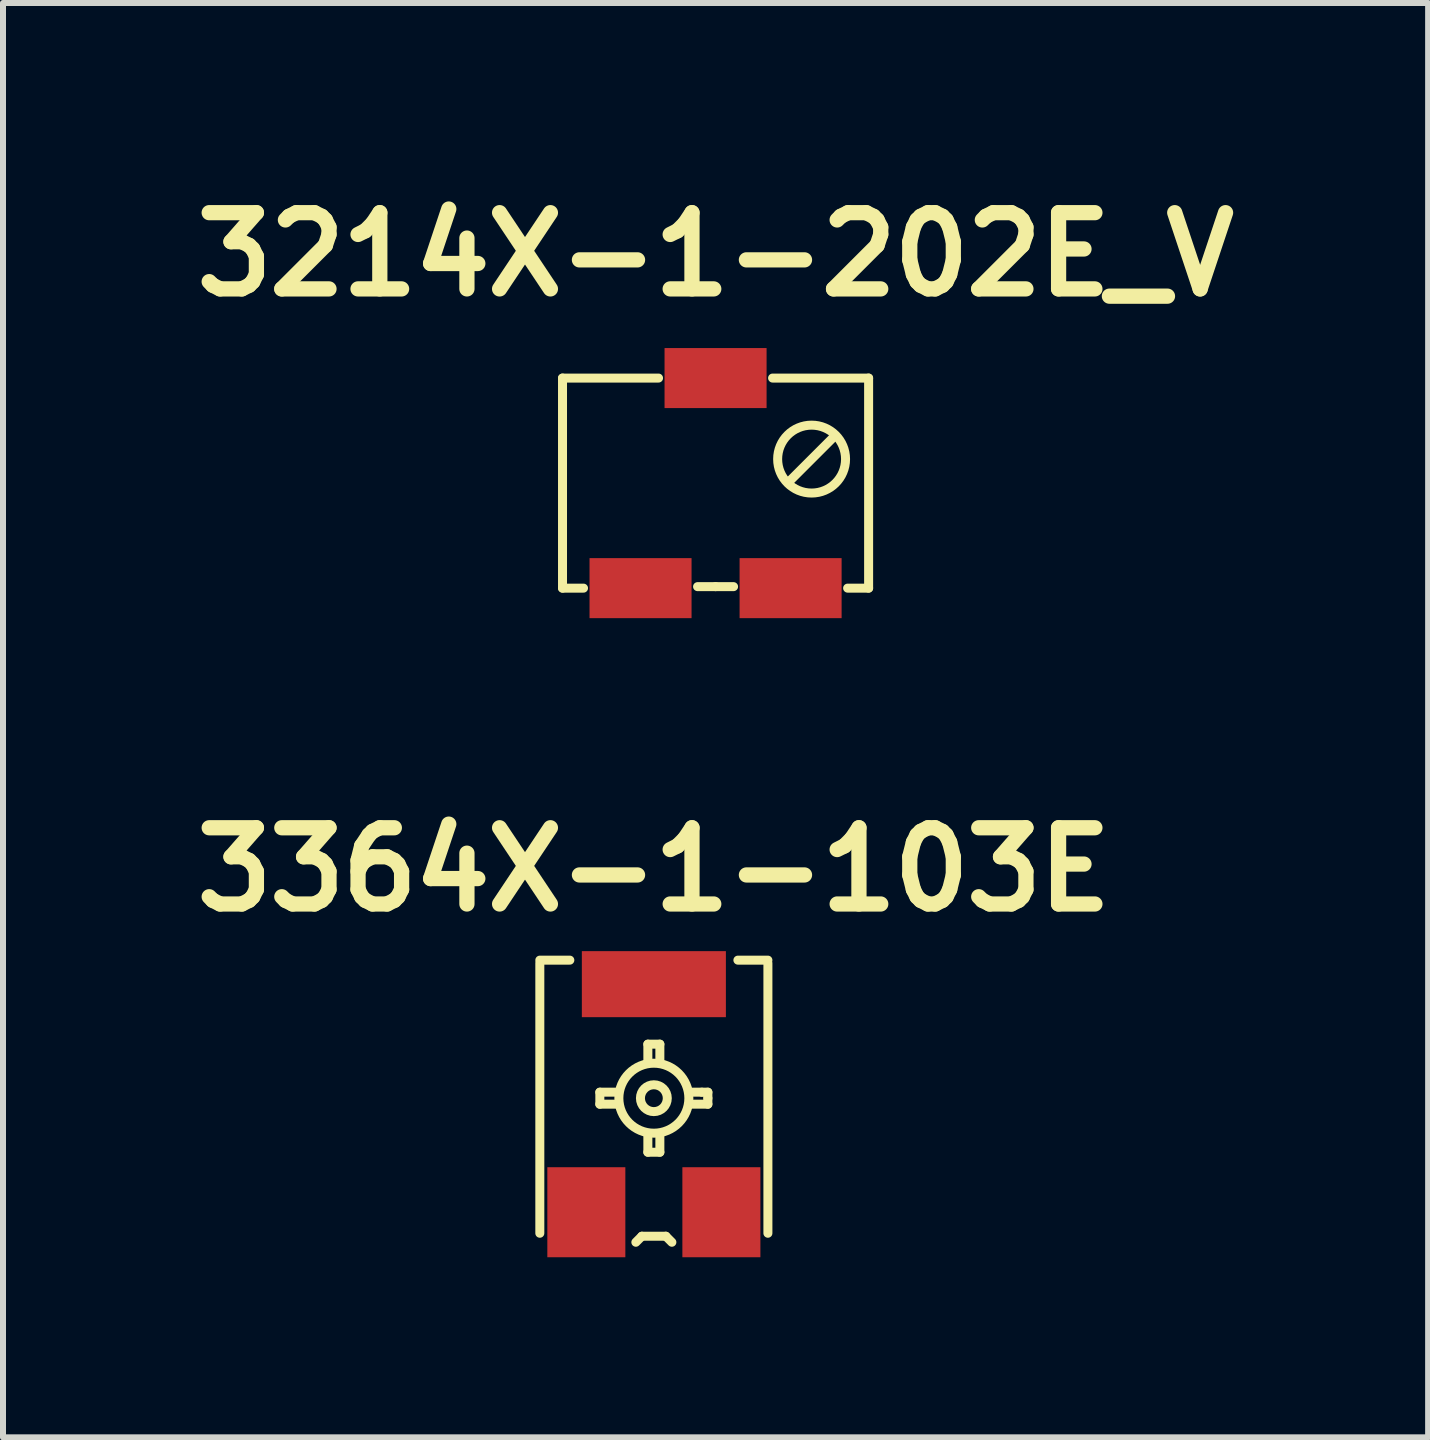
<source format=kicad_pcb>
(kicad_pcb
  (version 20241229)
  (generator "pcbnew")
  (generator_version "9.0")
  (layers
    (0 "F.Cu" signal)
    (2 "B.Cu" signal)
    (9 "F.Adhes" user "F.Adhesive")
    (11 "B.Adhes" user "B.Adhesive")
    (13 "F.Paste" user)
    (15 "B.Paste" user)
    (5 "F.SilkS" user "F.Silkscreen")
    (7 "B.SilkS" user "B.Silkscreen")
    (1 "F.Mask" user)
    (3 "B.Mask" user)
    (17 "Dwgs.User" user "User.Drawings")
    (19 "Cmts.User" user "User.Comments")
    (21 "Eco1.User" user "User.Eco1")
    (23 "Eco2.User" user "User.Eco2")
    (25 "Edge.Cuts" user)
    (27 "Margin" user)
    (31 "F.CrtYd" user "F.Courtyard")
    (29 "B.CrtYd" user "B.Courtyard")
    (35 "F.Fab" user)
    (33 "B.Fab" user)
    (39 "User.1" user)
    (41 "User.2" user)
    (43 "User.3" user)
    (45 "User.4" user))
  (footprint "3214X-1-202E_V"
    (layer "F.Cu")
    (at 8.872 4.999)
    (property "Reference" "3214X-1-202E_V" (at 0 -3.81 0) (layer "F.SilkS") (effects (font (size 1.27 1.27) (thickness 0.254))))
    (attr through_hole)
    (fp_line (start -2.55 -1.75) (end -2.55 1.75) (stroke (width 0.15) (type solid)) (layer "F.SilkS"))
    (fp_line (start -2.55 -1.75) (end -0.95 -1.75) (stroke (width 0.15) (type solid)) (layer "F.SilkS"))
    (fp_line (start -2.55 1.75) (end -2.2 1.75) (stroke (width 0.15) (type solid)) (layer "F.SilkS"))
    (fp_line (start 0 1.725) (end -0.3 1.725) (stroke (width 0.15) (type solid)) (layer "F.SilkS"))
    (fp_line (start 0 1.725) (end 0.3 1.725) (stroke (width 0.15) (type solid)) (layer "F.SilkS"))
    (fp_line (start 1.95 -0.75) (end 1.25 -0.05) (stroke (width 0.15) (type solid)) (layer "F.SilkS"))
    (fp_line (start 2.55 -1.75) (end 0.95 -1.75) (stroke (width 0.15) (type solid)) (layer "F.SilkS"))
    (fp_line (start 2.55 -1.75) (end 2.55 1.75) (stroke (width 0.15) (type solid)) (layer "F.SilkS"))
    (fp_line (start 2.55 1.75) (end 2.2 1.75) (stroke (width 0.15) (type solid)) (layer "F.SilkS"))
    (fp_circle (center 1.6 -0.4) (end 2 0) (stroke (width 0.15) (type solid)) (fill no) (layer "F.SilkS"))
    (pad "1" smd rect (at -1.25 1.75) (size 1.7 1) (layers "F.Cu" "F.Mask" "F.Paste"))
    (pad "2" smd rect (at 0 -1.75) (size 1.7 1) (layers "F.Cu" "F.Mask" "F.Paste"))
    (pad "3" smd rect (at 1.25 1.75) (size 1.7 1) (layers "F.Cu" "F.Mask" "F.Paste")))
  (footprint "3364X-1-103E"
    (layer "F.Cu")
    (at 7.844 15.247)
    (property "Reference" "3364X-1-103E" (at 0 -3.81 0) (layer "F.SilkS") (effects (font (size 1.27 1.27) (thickness 0.254))))
    (attr through_hole)
    (fp_line (start -1.9 -2.3) (end -1.4 -2.3) (stroke (width 0.15) (type solid)) (layer "F.SilkS"))
    (fp_line (start -1.9 2.25) (end -1.9 -2.25) (stroke (width 0.15) (type solid)) (layer "F.SilkS"))
    (fp_line (start -0.9 -0.1) (end -0.9 0.1) (stroke (width 0.15) (type solid)) (layer "F.SilkS"))
    (fp_line (start -0.9 0.1) (end -0.6 0.1) (stroke (width 0.15) (type solid)) (layer "F.SilkS"))
    (fp_line (start -0.6 -0.1) (end -0.9 -0.1) (stroke (width 0.15) (type solid)) (layer "F.SilkS"))
    (fp_line (start -0.2 2.3) (end -0.3 2.4) (stroke (width 0.15) (type solid)) (layer "F.SilkS"))
    (fp_line (start -0.2 2.3) (end 0.2 2.3) (stroke (width 0.15) (type solid)) (layer "F.SilkS"))
    (fp_line (start -0.1 -0.9) (end 0.1 -0.9) (stroke (width 0.15) (type solid)) (layer "F.SilkS"))
    (fp_line (start -0.1 -0.6) (end -0.1 -0.9) (stroke (width 0.15) (type solid)) (layer "F.SilkS"))
    (fp_line (start -0.1 0.6) (end -0.1 0.9) (stroke (width 0.15) (type solid)) (layer "F.SilkS"))
    (fp_line (start -0.1 0.9) (end 0.1 0.9) (stroke (width 0.15) (type solid)) (layer "F.SilkS"))
    (fp_line (start 0.1 -0.9) (end 0.1 -0.6) (stroke (width 0.15) (type solid)) (layer "F.SilkS"))
    (fp_line (start 0.1 0.9) (end 0.1 0.6) (stroke (width 0.15) (type solid)) (layer "F.SilkS"))
    (fp_line (start 0.2 2.3) (end 0.3 2.4) (stroke (width 0.15) (type solid)) (layer "F.SilkS"))
    (fp_line (start 0.6 -0.1) (end 0.8 -0.1) (stroke (width 0.15) (type solid)) (layer "F.SilkS"))
    (fp_line (start 0.8 -0.1) (end 0.9 -0.1) (stroke (width 0.15) (type solid)) (layer "F.SilkS"))
    (fp_line (start 0.9 -0.1) (end 0.9 0) (stroke (width 0.15) (type solid)) (layer "F.SilkS"))
    (fp_line (start 0.9 0) (end 0.9 0.1) (stroke (width 0.15) (type solid)) (layer "F.SilkS"))
    (fp_line (start 0.9 0.1) (end 0.6 0.1) (stroke (width 0.15) (type solid)) (layer "F.SilkS"))
    (fp_line (start 1.9 -2.3) (end 1.4 -2.3) (stroke (width 0.15) (type solid)) (layer "F.SilkS"))
    (fp_line (start 1.9 2.25) (end 1.9 -2.25) (stroke (width 0.15) (type solid)) (layer "F.SilkS"))
    (fp_circle (center 0 0) (end 0.1 0.2) (stroke (width 0.15) (type solid)) (fill no) (layer "F.SilkS"))
    (fp_circle (center 0 0) (end 0.3 0.5) (stroke (width 0.15) (type solid)) (fill no) (layer "F.SilkS"))
    (pad "1" smd rect (at -1.125 1.9) (size 1.3 1.5) (layers "F.Cu" "F.Mask" "F.Paste"))
    (pad "2" smd rect (at 0 -1.9) (size 2.4 1.1) (layers "F.Cu" "F.Mask" "F.Paste"))
    (pad "3" smd rect (at 1.125 1.9) (size 1.3 1.5) (layers "F.Cu" "F.Mask" "F.Paste")))
  (gr_rect
    (start -3 -3)
    (end 20.744 20.897)
    (stroke (width 0.1) (type default))
    (fill no)
    (layer "Edge.Cuts")))
</source>
